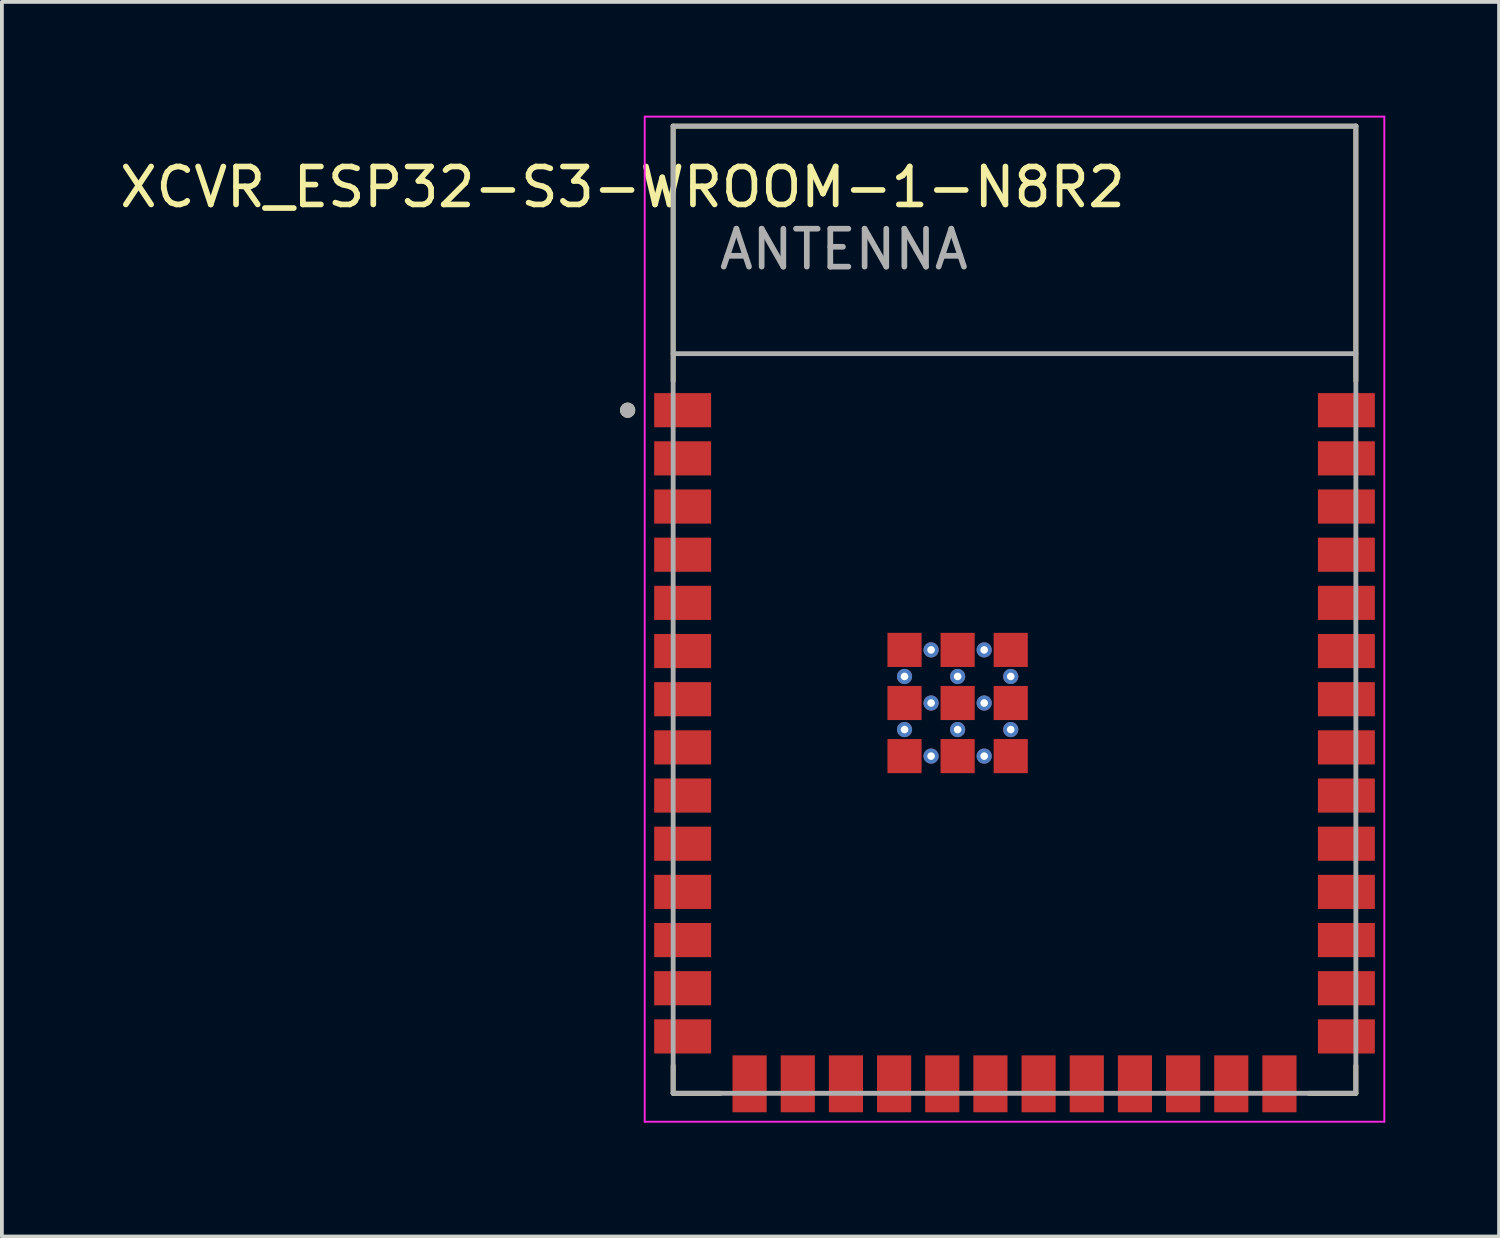
<source format=kicad_pcb>
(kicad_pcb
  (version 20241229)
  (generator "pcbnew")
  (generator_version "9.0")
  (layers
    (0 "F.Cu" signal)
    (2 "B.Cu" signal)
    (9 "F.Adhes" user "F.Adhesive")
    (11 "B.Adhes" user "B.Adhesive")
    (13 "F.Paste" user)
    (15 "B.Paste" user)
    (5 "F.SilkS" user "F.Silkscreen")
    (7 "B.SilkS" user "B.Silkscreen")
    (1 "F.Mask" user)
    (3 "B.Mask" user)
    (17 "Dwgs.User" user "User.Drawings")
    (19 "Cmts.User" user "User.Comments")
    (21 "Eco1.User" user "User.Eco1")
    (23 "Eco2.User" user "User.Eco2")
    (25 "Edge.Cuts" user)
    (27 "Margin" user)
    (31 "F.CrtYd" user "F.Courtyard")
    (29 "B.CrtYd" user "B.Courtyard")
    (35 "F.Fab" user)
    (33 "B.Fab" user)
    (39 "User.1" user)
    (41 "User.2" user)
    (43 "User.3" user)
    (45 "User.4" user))
  (footprint "XCVR_ESP32-S3-WROOM-1-N8R2"
    (layer "F.Cu")
    (at 23.698 13.025)
    (property "Reference" "XCVR_ESP32-S3-WROOM-1-N8R2" (at -10.335 -11.14 0) (layer "F.SilkS") (effects (font (size 1 1) (thickness 0.15))))
    (attr through_hole)
    (fp_line (start -9 -12.75) (end 9 -12.75) (stroke (width 0.127) (type solid)) (layer "F.SilkS"))
    (fp_line (start -9 -6.03) (end -9 -12.75) (stroke (width 0.127) (type solid)) (layer "F.SilkS"))
    (fp_line (start -9 12.02) (end -9 12.75) (stroke (width 0.127) (type solid)) (layer "F.SilkS"))
    (fp_line (start -9 12.75) (end -7.755 12.75) (stroke (width 0.127) (type solid)) (layer "F.SilkS"))
    (fp_line (start 9 -12.75) (end 9 -6.03) (stroke (width 0.127) (type solid)) (layer "F.SilkS"))
    (fp_line (start 9 12.02) (end 9 12.75) (stroke (width 0.127) (type solid)) (layer "F.SilkS"))
    (fp_line (start 9 12.75) (end 7.755 12.75) (stroke (width 0.127) (type solid)) (layer "F.SilkS"))
    (fp_circle (center -10.2 -5.26) (end -10.1 -5.26) (stroke (width 0.2) (type solid)) (fill no) (layer "F.SilkS"))
    (fp_line (start -9.75 -13) (end 9.75 -13) (stroke (width 0.05) (type solid)) (layer "F.CrtYd"))
    (fp_line (start -9.75 13.5) (end -9.75 -13) (stroke (width 0.05) (type solid)) (layer "F.CrtYd"))
    (fp_line (start -9.75 13.5) (end 9.75 13.5) (stroke (width 0.05) (type solid)) (layer "F.CrtYd"))
    (fp_line (start 9.75 -13) (end 9.75 13.5) (stroke (width 0.05) (type solid)) (layer "F.CrtYd"))
    (fp_line (start -9 -12.75) (end 9 -12.75) (stroke (width 0.127) (type solid)) (layer "F.Fab"))
    (fp_line (start -9 -6.75) (end -9 -12.75) (stroke (width 0.127) (type solid)) (layer "F.Fab"))
    (fp_line (start -9 -6.75) (end 9 -6.75) (stroke (width 0.127) (type solid)) (layer "F.Fab"))
    (fp_line (start -9 12.75) (end -9 -6.75) (stroke (width 0.127) (type solid)) (layer "F.Fab"))
    (fp_line (start 9 -12.75) (end 9 -6.75) (stroke (width 0.127) (type solid)) (layer "F.Fab"))
    (fp_line (start 9 -6.75) (end 9 12.75) (stroke (width 0.127) (type solid)) (layer "F.Fab"))
    (fp_line (start 9 12.75) (end -9 12.75) (stroke (width 0.127) (type solid)) (layer "F.Fab"))
    (fp_circle (center -10.2 -5.26) (end -10.1 -5.26) (stroke (width 0.2) (type solid)) (fill no) (layer "F.Fab"))
    (fp_text user "ANTENNA" (at -4.5 -9.5 0) (layer "F.Fab") (effects (font (size 1 1) (thickness 0.15))))
    (pad "1" smd rect (at -8.75 -5.26) (size 1.5 0.9) (layers "F.Cu" "F.Mask" "F.Paste"))
    (pad "2" smd rect (at -8.75 -3.99) (size 1.5 0.9) (layers "F.Cu" "F.Mask" "F.Paste"))
    (pad "3" smd rect (at -8.75 -2.72) (size 1.5 0.9) (layers "F.Cu" "F.Mask" "F.Paste"))
    (pad "4" smd rect (at -8.75 -1.45) (size 1.5 0.9) (layers "F.Cu" "F.Mask" "F.Paste"))
    (pad "5" smd rect (at -8.75 -0.18) (size 1.5 0.9) (layers "F.Cu" "F.Mask" "F.Paste"))
    (pad "6" smd rect (at -8.75 1.09) (size 1.5 0.9) (layers "F.Cu" "F.Mask" "F.Paste"))
    (pad "7" smd rect (at -8.75 2.36) (size 1.5 0.9) (layers "F.Cu" "F.Mask" "F.Paste"))
    (pad "8" smd rect (at -8.75 3.63) (size 1.5 0.9) (layers "F.Cu" "F.Mask" "F.Paste"))
    (pad "9" smd rect (at -8.75 4.9) (size 1.5 0.9) (layers "F.Cu" "F.Mask" "F.Paste"))
    (pad "10" smd rect (at -8.75 6.17) (size 1.5 0.9) (layers "F.Cu" "F.Mask" "F.Paste"))
    (pad "11" smd rect (at -8.75 7.44) (size 1.5 0.9) (layers "F.Cu" "F.Mask" "F.Paste"))
    (pad "12" smd rect (at -8.75 8.71) (size 1.5 0.9) (layers "F.Cu" "F.Mask" "F.Paste"))
    (pad "13" smd rect (at -8.75 9.98) (size 1.5 0.9) (layers "F.Cu" "F.Mask" "F.Paste"))
    (pad "14" smd rect (at -8.75 11.25) (size 1.5 0.9) (layers "F.Cu" "F.Mask" "F.Paste"))
    (pad "15" smd rect (at -6.985 12.5) (size 0.9 1.5) (layers "F.Cu" "F.Mask" "F.Paste"))
    (pad "16" smd rect (at -5.715 12.5) (size 0.9 1.5) (layers "F.Cu" "F.Mask" "F.Paste"))
    (pad "17" smd rect (at -4.445 12.5) (size 0.9 1.5) (layers "F.Cu" "F.Mask" "F.Paste"))
    (pad "18" smd rect (at -3.175 12.5) (size 0.9 1.5) (layers "F.Cu" "F.Mask" "F.Paste"))
    (pad "19" smd rect (at -1.905 12.5) (size 0.9 1.5) (layers "F.Cu" "F.Mask" "F.Paste"))
    (pad "20" smd rect (at -0.635 12.5) (size 0.9 1.5) (layers "F.Cu" "F.Mask" "F.Paste"))
    (pad "21" smd rect (at 0.635 12.5) (size 0.9 1.5) (layers "F.Cu" "F.Mask" "F.Paste"))
    (pad "22" smd rect (at 1.905 12.5) (size 0.9 1.5) (layers "F.Cu" "F.Mask" "F.Paste"))
    (pad "23" smd rect (at 3.175 12.5) (size 0.9 1.5) (layers "F.Cu" "F.Mask" "F.Paste"))
    (pad "24" smd rect (at 4.445 12.5) (size 0.9 1.5) (layers "F.Cu" "F.Mask" "F.Paste"))
    (pad "25" smd rect (at 5.715 12.5) (size 0.9 1.5) (layers "F.Cu" "F.Mask" "F.Paste"))
    (pad "26" smd rect (at 6.985 12.5) (size 0.9 1.5) (layers "F.Cu" "F.Mask" "F.Paste"))
    (pad "27" smd rect (at 8.75 11.25) (size 1.5 0.9) (layers "F.Cu" "F.Mask" "F.Paste"))
    (pad "28" smd rect (at 8.75 9.98) (size 1.5 0.9) (layers "F.Cu" "F.Mask" "F.Paste"))
    (pad "29" smd rect (at 8.75 8.71) (size 1.5 0.9) (layers "F.Cu" "F.Mask" "F.Paste"))
    (pad "30" smd rect (at 8.75 7.44) (size 1.5 0.9) (layers "F.Cu" "F.Mask" "F.Paste"))
    (pad "31" smd rect (at 8.75 6.17) (size 1.5 0.9) (layers "F.Cu" "F.Mask" "F.Paste"))
    (pad "32" smd rect (at 8.75 4.9) (size 1.5 0.9) (layers "F.Cu" "F.Mask" "F.Paste"))
    (pad "33" smd rect (at 8.75 3.63) (size 1.5 0.9) (layers "F.Cu" "F.Mask" "F.Paste"))
    (pad "34" smd rect (at 8.75 2.36) (size 1.5 0.9) (layers "F.Cu" "F.Mask" "F.Paste"))
    (pad "35" smd rect (at 8.75 1.09) (size 1.5 0.9) (layers "F.Cu" "F.Mask" "F.Paste"))
    (pad "36" smd rect (at 8.75 -0.18) (size 1.5 0.9) (layers "F.Cu" "F.Mask" "F.Paste"))
    (pad "37" smd rect (at 8.75 -1.45) (size 1.5 0.9) (layers "F.Cu" "F.Mask" "F.Paste"))
    (pad "38" smd rect (at 8.75 -2.72) (size 1.5 0.9) (layers "F.Cu" "F.Mask" "F.Paste"))
    (pad "39" smd rect (at 8.75 -3.99) (size 1.5 0.9) (layers "F.Cu" "F.Mask" "F.Paste"))
    (pad "40" smd rect (at -2.9 1.06) (size 0.9 0.9) (layers "F.Cu" "F.Mask" "F.Paste"))
    (pad "40" thru_hole circle (at -2.9 1.76) (size 0.4 0.4) (drill 0.2) (layers "*.Cu"))
    (pad "40" smd rect (at -2.9 2.46 90) (size 0.9 0.9) (layers "F.Cu" "F.Mask" "F.Paste"))
    (pad "40" thru_hole circle (at -2.9 3.16) (size 0.4 0.4) (drill 0.2) (layers "*.Cu"))
    (pad "40" smd rect (at -2.9 3.86) (size 0.9 0.9) (layers "F.Cu" "F.Mask" "F.Paste"))
    (pad "40" thru_hole circle (at -2.2 1.06) (size 0.4 0.4) (drill 0.2) (layers "*.Cu"))
    (pad "40" thru_hole circle (at -2.2 2.46) (size 0.4 0.4) (drill 0.2) (layers "*.Cu"))
    (pad "40" thru_hole circle (at -2.2 3.86) (size 0.4 0.4) (drill 0.2) (layers "*.Cu"))
    (pad "40" smd rect (at -1.5 1.06) (size 0.9 0.9) (layers "F.Cu" "F.Mask" "F.Paste"))
    (pad "40" thru_hole circle (at -1.5 1.76) (size 0.4 0.4) (drill 0.2) (layers "*.Cu"))
    (pad "40" smd rect (at -1.5 2.46) (size 0.9 0.9) (layers "F.Cu" "F.Mask" "F.Paste"))
    (pad "40" thru_hole circle (at -1.5 3.16) (size 0.4 0.4) (drill 0.2) (layers "*.Cu"))
    (pad "40" smd rect (at -1.5 3.86) (size 0.9 0.9) (layers "F.Cu" "F.Mask" "F.Paste"))
    (pad "40" thru_hole circle (at -0.8 1.06) (size 0.4 0.4) (drill 0.2) (layers "*.Cu"))
    (pad "40" thru_hole circle (at -0.8 2.46) (size 0.4 0.4) (drill 0.2) (layers "*.Cu"))
    (pad "40" thru_hole circle (at -0.8 3.86) (size 0.4 0.4) (drill 0.2) (layers "*.Cu"))
    (pad "40" smd rect (at -0.1 1.06) (size 0.9 0.9) (layers "F.Cu" "F.Mask" "F.Paste"))
    (pad "40" thru_hole circle (at -0.1 1.76) (size 0.4 0.4) (drill 0.2) (layers "*.Cu"))
    (pad "40" smd rect (at -0.1 2.46) (size 0.9 0.9) (layers "F.Cu" "F.Mask" "F.Paste"))
    (pad "40" thru_hole circle (at -0.1 3.16) (size 0.4 0.4) (drill 0.2) (layers "*.Cu"))
    (pad "40" smd rect (at -0.1 3.86) (size 0.9 0.9) (layers "F.Cu" "F.Mask" "F.Paste"))
    (pad "40" smd rect (at 8.75 -5.26) (size 1.5 0.9) (layers "F.Cu" "F.Mask" "F.Paste"))
    (zone (net_name "") (layer "F.Cu") (hatch full 0.508) (connect_pads) (min_thickness 0.01) (filled_areas_thickness no) (keepout (tracks not_allowed) (vias not_allowed) (pads not_allowed) (copperpour not_allowed) (footprints allowed)) (placement (enabled no)) (fill) (polygon (pts (xy 14.698 0.275) (xy 32.698 0.275) (xy 32.698 6.275) (xy 14.698 6.275))))
    (zone (net_name "") (layers "F.Cu" "B.Cu") (hatch full 0.508) (connect_pads) (min_thickness 0.01) (filled_areas_thickness no) (keepout (tracks allowed) (vias not_allowed) (pads allowed) (copperpour allowed) (footprints allowed)) (placement (enabled no)) (fill) (polygon (pts (xy 14.698 0.275) (xy 32.698 0.275) (xy 32.698 6.275) (xy 14.698 6.275))))
    (zone (net_name "") (layer "B.Cu") (hatch full 0.508) (connect_pads) (min_thickness 0.01) (filled_areas_thickness no) (keepout (tracks not_allowed) (vias not_allowed) (pads not_allowed) (copperpour not_allowed) (footprints allowed)) (placement (enabled no)) (fill) (polygon (pts (xy 14.698 0.275) (xy 32.698 0.275) (xy 32.698 6.275) (xy 14.698 6.275)))))
  (gr_rect
    (start -3 -3)
    (end 36.473 29.55)
    (stroke (width 0.1) (type default))
    (fill no)
    (layer "Edge.Cuts")))
</source>
